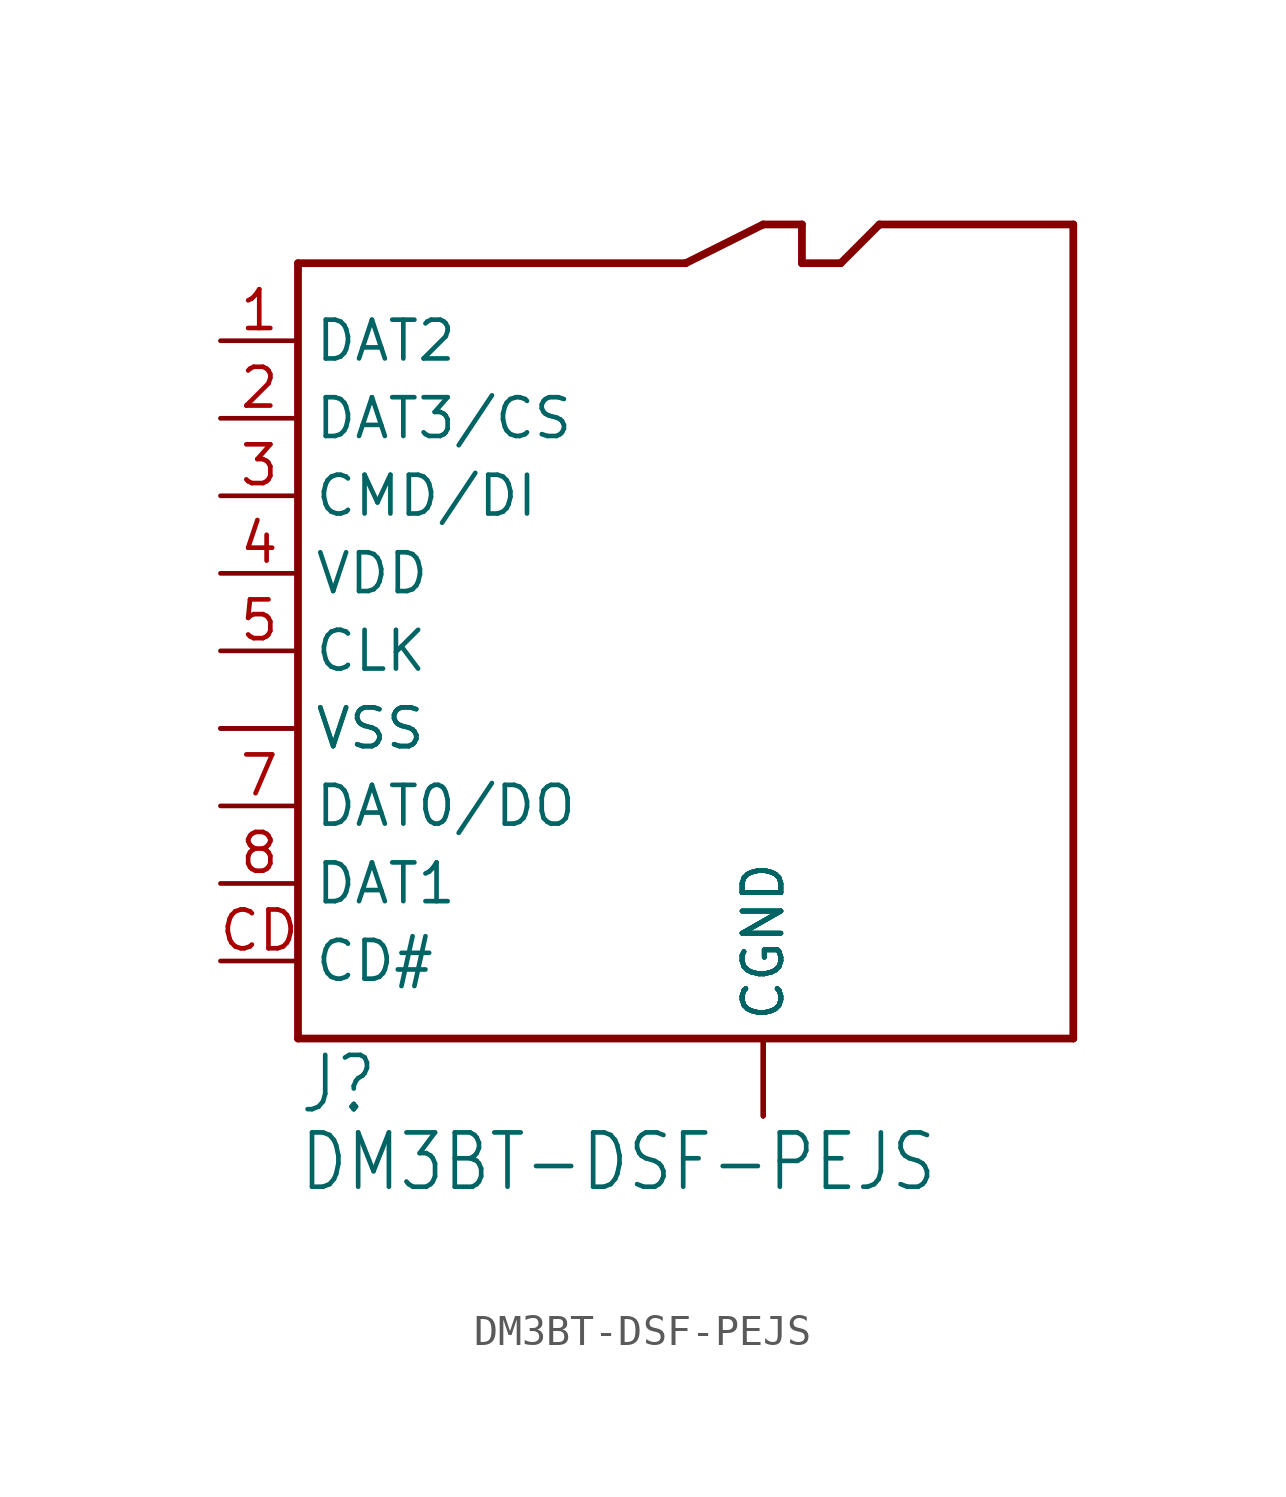
<source format=kicad_sym>
(kicad_symbol_lib
  (version 20211014)
  (generator kicad_symbol_editor)
  (symbol "DM3BT-DSF-PEJS"
    (property "Reference" "J"
      (at -12.7 -15.24 0)
      (effects (font (size 1.778 1.511)) (justify left bottom)))
    (property "Value" "DM3BT-DSF-PEJS"
      (at -12.7 -17.78 0)
      (effects (font (size 1.778 1.511)) (justify left bottom)))
    (property "ki_locked" ""
      (at 0 0 0)
      (effects (font (size 1.27 1.27))))
    (symbol "DM3BT-DSF-PEJS_1_0"
      (polyline (pts (xy -12.7 -12.7) (xy 12.7 -12.7)) (stroke (width 0.254) (type default) (color 0 0 0 0)) (fill (type none)))
      (polyline (pts (xy -12.7 12.7) (xy -12.7 -12.7)) (stroke (width 0.254) (type default) (color 0 0 0 0)) (fill (type none)))
      (polyline (pts (xy 0 12.7) (xy -12.7 12.7)) (stroke (width 0.254) (type default) (color 0 0 0 0)) (fill (type none)))
      (polyline (pts (xy 2.54 13.97) (xy 0 12.7)) (stroke (width 0.254) (type default) (color 0 0 0 0)) (fill (type none)))
      (polyline (pts (xy 3.81 12.7) (xy 3.81 13.97)) (stroke (width 0.254) (type default) (color 0 0 0 0)) (fill (type none)))
      (polyline (pts (xy 3.81 13.97) (xy 2.54 13.97)) (stroke (width 0.254) (type default) (color 0 0 0 0)) (fill (type none)))
      (polyline (pts (xy 5.08 12.7) (xy 3.81 12.7)) (stroke (width 0.254) (type default) (color 0 0 0 0)) (fill (type none)))
      (polyline (pts (xy 6.35 13.97) (xy 5.08 12.7)) (stroke (width 0.254) (type default) (color 0 0 0 0)) (fill (type none)))
      (polyline (pts (xy 12.7 -12.7) (xy 12.7 13.97)) (stroke (width 0.254) (type default) (color 0 0 0 0)) (fill (type none)))
      (polyline (pts (xy 12.7 13.97) (xy 6.35 13.97)) (stroke (width 0.254) (type default) (color 0 0 0 0)) (fill (type none)))
      (pin bidirectional line (at -15.24 10.16 0) (length 2.54) (name "DAT2" (effects (font (size 1.27 1.27)))) (number "1" (effects (font (size 1.27 1.27)))))
      (pin bidirectional line (at -15.24 7.62 0) (length 2.54) (name "DAT3/CS" (effects (font (size 1.27 1.27)))) (number "2" (effects (font (size 1.27 1.27)))))
      (pin bidirectional line (at -15.24 5.08 0) (length 2.54) (name "CMD/DI" (effects (font (size 1.27 1.27)))) (number "3" (effects (font (size 1.27 1.27)))))
      (pin bidirectional line (at -15.24 2.54 0) (length 2.54) (name "VDD" (effects (font (size 1.27 1.27)))) (number "4" (effects (font (size 1.27 1.27)))))
      (pin bidirectional line (at -15.24 0 0) (length 2.54) (name "CLK" (effects (font (size 1.27 1.27)))) (number "5" (effects (font (size 1.27 1.27)))))
      (pin bidirectional line (at -15.24 -2.54 0) (length 2.54) (name "VSS" (effects (font (size 1.27 1.27)))) (number "6" (effects (font (size 0 0)))))
      (pin bidirectional line (at -15.24 -5.08 0) (length 2.54) (name "DAT0/DO" (effects (font (size 1.27 1.27)))) (number "7" (effects (font (size 1.27 1.27)))))
      (pin bidirectional line (at -15.24 -7.62 0) (length 2.54) (name "DAT1" (effects (font (size 1.27 1.27)))) (number "8" (effects (font (size 1.27 1.27)))))
      (pin bidirectional line (at -15.24 -10.16 0) (length 2.54) (name "CD#" (effects (font (size 1.27 1.27)))) (number "CD" (effects (font (size 1.27 1.27)))))
      (pin bidirectional line (at 2.54 -15.24 90) (length 2.54) (name "CGND" (effects (font (size 1.27 1.27)))) (number "CGND1" (effects (font (size 0 0)))))
      (pin bidirectional line (at 2.54 -15.24 90) (length 2.54) (name "CGND" (effects (font (size 1.27 1.27)))) (number "CGND2" (effects (font (size 0 0)))))
      (pin bidirectional line (at 2.54 -15.24 90) (length 2.54) (name "CGND" (effects (font (size 1.27 1.27)))) (number "CGND3" (effects (font (size 0 0)))))
      (pin bidirectional line (at 2.54 -15.24 90) (length 2.54) (name "CGND" (effects (font (size 1.27 1.27)))) (number "CGND4" (effects (font (size 0 0)))))
      (pin bidirectional line (at 2.54 -15.24 90) (length 2.54) (name "CGND" (effects (font (size 1.27 1.27)))) (number "CGND5" (effects (font (size 0 0)))))
      (pin bidirectional line (at 2.54 -15.24 90) (length 2.54) (name "CGND" (effects (font (size 1.27 1.27)))) (number "CGND6" (effects (font (size 0 0)))))
      (pin bidirectional line (at -15.24 -2.54 0) (length 2.54) (name "VSS" (effects (font (size 1.27 1.27)))) (number "GND" (effects (font (size 0 0))))))))
</source>
